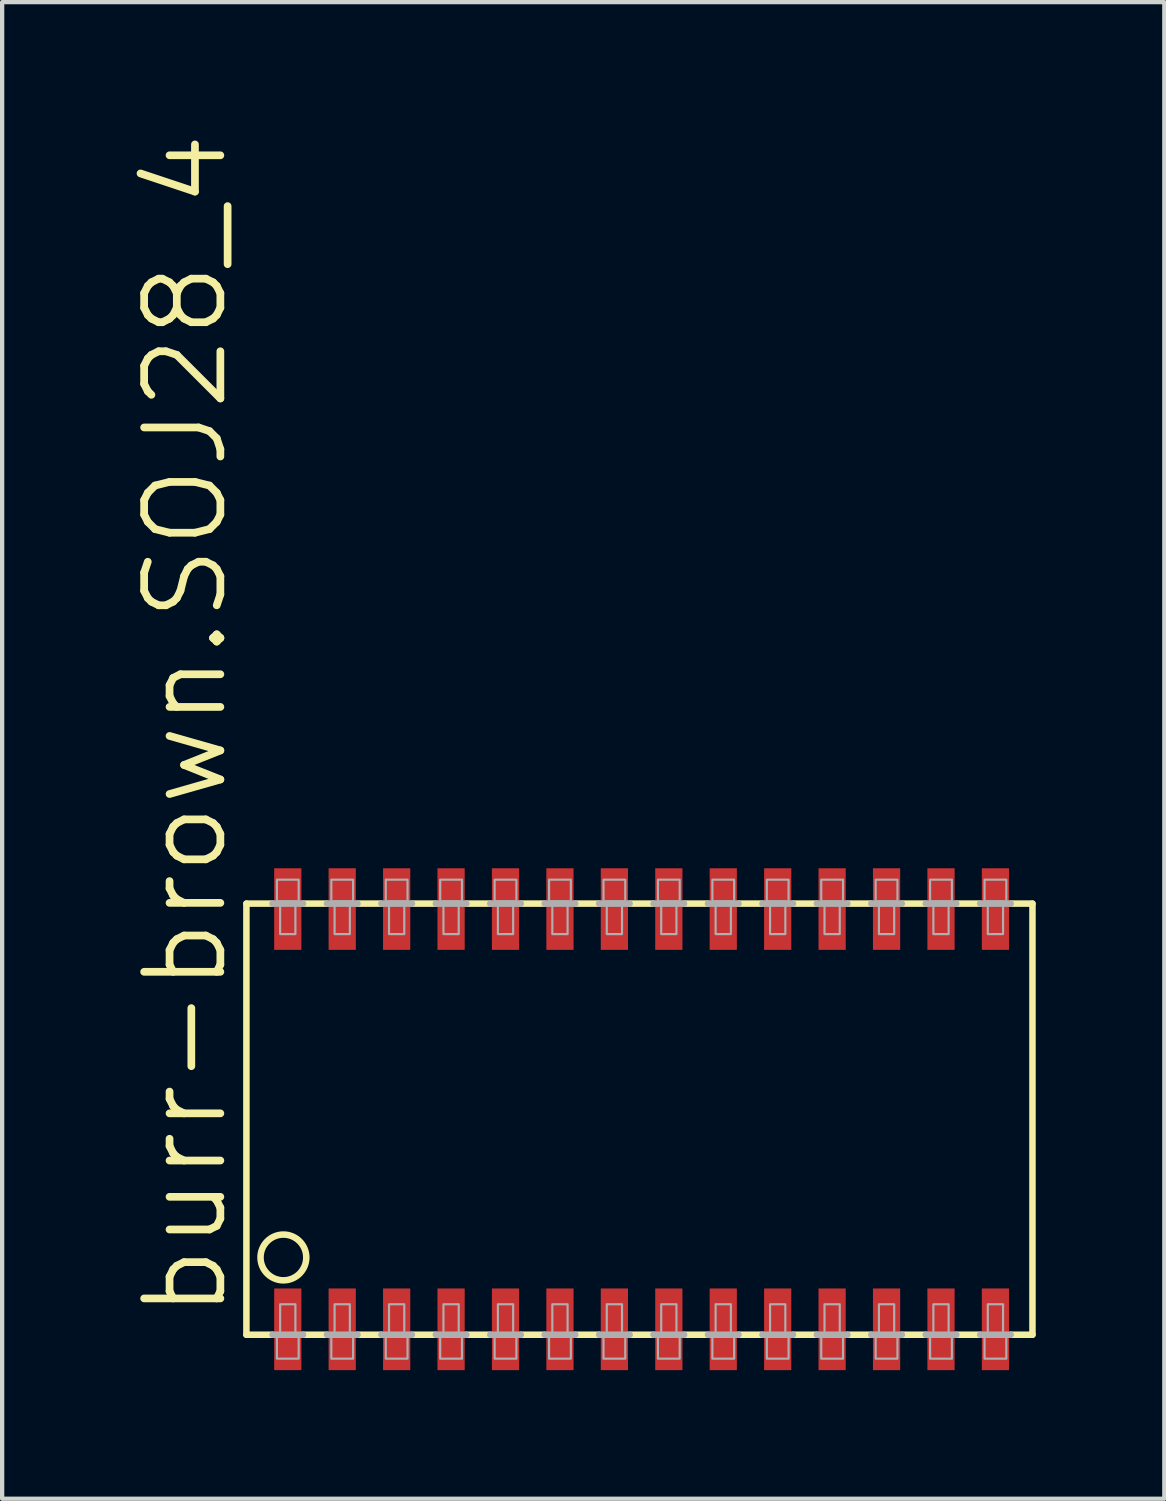
<source format=kicad_pcb>
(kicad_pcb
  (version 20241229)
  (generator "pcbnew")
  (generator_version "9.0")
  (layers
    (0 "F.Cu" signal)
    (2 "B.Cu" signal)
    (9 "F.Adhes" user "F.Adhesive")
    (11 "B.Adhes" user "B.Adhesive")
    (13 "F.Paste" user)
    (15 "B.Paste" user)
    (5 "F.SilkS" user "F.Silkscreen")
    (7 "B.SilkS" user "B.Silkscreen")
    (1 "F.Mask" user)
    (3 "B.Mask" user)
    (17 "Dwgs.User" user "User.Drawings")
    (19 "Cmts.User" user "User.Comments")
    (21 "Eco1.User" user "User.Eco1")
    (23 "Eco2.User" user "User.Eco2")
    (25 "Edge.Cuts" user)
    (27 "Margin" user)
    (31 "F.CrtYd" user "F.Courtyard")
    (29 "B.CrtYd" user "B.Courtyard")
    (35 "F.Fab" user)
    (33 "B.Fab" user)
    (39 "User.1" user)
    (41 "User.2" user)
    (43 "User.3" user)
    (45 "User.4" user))
  (footprint "burr-brown.SOJ28_4"
    (layer "F.Cu")
    (at 11.919 23.061)
    (property "Reference" "burr-brown.SOJ28_4" (at -9.601 4.724 90) (layer "F.SilkS") (effects (font (size 1.778 1.778) (thickness 0.18)) (justify left bottom)))
    (attr smd)
    (fp_line (start -9.22 -5.029) (end -9.22 5.029) (stroke (width 0.152) (type default)) (layer "F.SilkS"))
    (fp_line (start -9.22 -5.029) (end -8.611 -5.029) (stroke (width 0.152) (type default)) (layer "F.SilkS"))
    (fp_line (start -9.22 5.029) (end -8.611 5.029) (stroke (width 0.152) (type default)) (layer "F.SilkS"))
    (fp_line (start -7.899 -5.029) (end -7.341 -5.029) (stroke (width 0.152) (type default)) (layer "F.SilkS"))
    (fp_line (start -7.341 5.029) (end -7.899 5.029) (stroke (width 0.152) (type default)) (layer "F.SilkS"))
    (fp_line (start -6.629 -5.029) (end -6.071 -5.029) (stroke (width 0.152) (type default)) (layer "F.SilkS"))
    (fp_line (start -6.071 5.029) (end -6.629 5.029) (stroke (width 0.152) (type default)) (layer "F.SilkS"))
    (fp_line (start -5.359 -5.029) (end -4.801 -5.029) (stroke (width 0.152) (type default)) (layer "F.SilkS"))
    (fp_line (start -4.801 5.029) (end -5.359 5.029) (stroke (width 0.152) (type default)) (layer "F.SilkS"))
    (fp_line (start -4.089 -5.029) (end -3.531 -5.029) (stroke (width 0.152) (type default)) (layer "F.SilkS"))
    (fp_line (start -3.531 5.029) (end -4.089 5.029) (stroke (width 0.152) (type default)) (layer "F.SilkS"))
    (fp_line (start -2.819 -5.029) (end -2.261 -5.029) (stroke (width 0.152) (type default)) (layer "F.SilkS"))
    (fp_line (start -2.261 5.029) (end -2.819 5.029) (stroke (width 0.152) (type default)) (layer "F.SilkS"))
    (fp_line (start -1.549 -5.029) (end -0.991 -5.029) (stroke (width 0.152) (type default)) (layer "F.SilkS"))
    (fp_line (start -0.991 5.029) (end -1.549 5.029) (stroke (width 0.152) (type default)) (layer "F.SilkS"))
    (fp_line (start -0.279 -5.029) (end 0.279 -5.029) (stroke (width 0.152) (type default)) (layer "F.SilkS"))
    (fp_line (start 0.279 5.029) (end -0.279 5.029) (stroke (width 0.152) (type default)) (layer "F.SilkS"))
    (fp_line (start 0.991 -5.029) (end 1.549 -5.029) (stroke (width 0.152) (type default)) (layer "F.SilkS"))
    (fp_line (start 1.549 5.029) (end 0.991 5.029) (stroke (width 0.152) (type default)) (layer "F.SilkS"))
    (fp_line (start 2.261 -5.029) (end 2.819 -5.029) (stroke (width 0.152) (type default)) (layer "F.SilkS"))
    (fp_line (start 2.819 5.029) (end 2.261 5.029) (stroke (width 0.152) (type default)) (layer "F.SilkS"))
    (fp_line (start 3.531 -5.029) (end 4.089 -5.029) (stroke (width 0.152) (type default)) (layer "F.SilkS"))
    (fp_line (start 4.089 5.029) (end 3.531 5.029) (stroke (width 0.152) (type default)) (layer "F.SilkS"))
    (fp_line (start 4.801 -5.029) (end 5.359 -5.029) (stroke (width 0.152) (type default)) (layer "F.SilkS"))
    (fp_line (start 5.359 5.029) (end 4.801 5.029) (stroke (width 0.152) (type default)) (layer "F.SilkS"))
    (fp_line (start 6.071 -5.029) (end 6.629 -5.029) (stroke (width 0.152) (type default)) (layer "F.SilkS"))
    (fp_line (start 6.629 5.029) (end 6.071 5.029) (stroke (width 0.152) (type default)) (layer "F.SilkS"))
    (fp_line (start 7.341 -5.029) (end 7.899 -5.029) (stroke (width 0.152) (type default)) (layer "F.SilkS"))
    (fp_line (start 7.899 5.029) (end 7.341 5.029) (stroke (width 0.152) (type default)) (layer "F.SilkS"))
    (fp_line (start 9.119 -5.029) (end 8.611 -5.029) (stroke (width 0.152) (type default)) (layer "F.SilkS"))
    (fp_line (start 9.119 5.029) (end 8.611 5.029) (stroke (width 0.152) (type default)) (layer "F.SilkS"))
    (fp_line (start 9.119 5.029) (end 9.119 -5.029) (stroke (width 0.152) (type default)) (layer "F.SilkS"))
    (fp_circle (center -8.357 3.226) (end -7.823 3.226) (stroke (width 0.152) (type default)) (fill no) (layer "F.SilkS"))
    (fp_line (start -8.611 -5.029) (end -7.899 -5.029) (stroke (width 0.152) (type default)) (layer "F.Fab"))
    (fp_line (start -8.611 5.029) (end -7.899 5.029) (stroke (width 0.152) (type default)) (layer "F.Fab"))
    (fp_line (start -7.341 -5.029) (end -6.629 -5.029) (stroke (width 0.152) (type default)) (layer "F.Fab"))
    (fp_line (start -6.629 5.029) (end -7.341 5.029) (stroke (width 0.152) (type default)) (layer "F.Fab"))
    (fp_line (start -6.071 -5.029) (end -5.359 -5.029) (stroke (width 0.152) (type default)) (layer "F.Fab"))
    (fp_line (start -5.359 5.029) (end -6.071 5.029) (stroke (width 0.152) (type default)) (layer "F.Fab"))
    (fp_line (start -4.801 -5.029) (end -4.089 -5.029) (stroke (width 0.152) (type default)) (layer "F.Fab"))
    (fp_line (start -4.089 5.029) (end -4.801 5.029) (stroke (width 0.152) (type default)) (layer "F.Fab"))
    (fp_line (start -3.531 -5.029) (end -2.819 -5.029) (stroke (width 0.152) (type default)) (layer "F.Fab"))
    (fp_line (start -2.819 5.029) (end -3.531 5.029) (stroke (width 0.152) (type default)) (layer "F.Fab"))
    (fp_line (start -2.261 -5.029) (end -1.549 -5.029) (stroke (width 0.152) (type default)) (layer "F.Fab"))
    (fp_line (start -1.549 5.029) (end -2.261 5.029) (stroke (width 0.152) (type default)) (layer "F.Fab"))
    (fp_line (start -0.991 -5.029) (end -0.279 -5.029) (stroke (width 0.152) (type default)) (layer "F.Fab"))
    (fp_line (start -0.279 5.029) (end -0.991 5.029) (stroke (width 0.152) (type default)) (layer "F.Fab"))
    (fp_line (start 0.279 -5.029) (end 0.991 -5.029) (stroke (width 0.152) (type default)) (layer "F.Fab"))
    (fp_line (start 0.991 5.029) (end 0.279 5.029) (stroke (width 0.152) (type default)) (layer "F.Fab"))
    (fp_line (start 1.549 -5.029) (end 2.261 -5.029) (stroke (width 0.152) (type default)) (layer "F.Fab"))
    (fp_line (start 2.261 5.029) (end 1.549 5.029) (stroke (width 0.152) (type default)) (layer "F.Fab"))
    (fp_line (start 2.819 -5.029) (end 3.531 -5.029) (stroke (width 0.152) (type default)) (layer "F.Fab"))
    (fp_line (start 3.531 5.029) (end 2.819 5.029) (stroke (width 0.152) (type default)) (layer "F.Fab"))
    (fp_line (start 4.089 -5.029) (end 4.801 -5.029) (stroke (width 0.152) (type default)) (layer "F.Fab"))
    (fp_line (start 4.801 5.029) (end 4.089 5.029) (stroke (width 0.152) (type default)) (layer "F.Fab"))
    (fp_line (start 5.359 -5.029) (end 6.071 -5.029) (stroke (width 0.152) (type default)) (layer "F.Fab"))
    (fp_line (start 6.071 5.029) (end 5.359 5.029) (stroke (width 0.152) (type default)) (layer "F.Fab"))
    (fp_line (start 6.629 -5.029) (end 7.341 -5.029) (stroke (width 0.152) (type default)) (layer "F.Fab"))
    (fp_line (start 7.341 5.029) (end 6.629 5.029) (stroke (width 0.152) (type default)) (layer "F.Fab"))
    (fp_line (start 8.611 -5.029) (end 7.899 -5.029) (stroke (width 0.152) (type default)) (layer "F.Fab"))
    (fp_line (start 8.611 5.029) (end 7.899 5.029) (stroke (width 0.152) (type default)) (layer "F.Fab"))
    (fp_rect (start -8.509 -5.08) (end -8.001 -5.588) (stroke (width 0.05) (type default)) (fill no) (layer "F.Fab"))
    (fp_rect (start -8.509 5.588) (end -8.001 5.08) (stroke (width 0.05) (type default)) (fill no) (layer "F.Fab"))
    (fp_rect (start -8.433 -4.318) (end -8.077 -5.08) (stroke (width 0.05) (type default)) (fill no) (layer "F.Fab"))
    (fp_rect (start -8.433 5.08) (end -8.077 4.318) (stroke (width 0.05) (type default)) (fill no) (layer "F.Fab"))
    (fp_rect (start -7.239 -5.08) (end -6.731 -5.588) (stroke (width 0.05) (type default)) (fill no) (layer "F.Fab"))
    (fp_rect (start -7.239 5.588) (end -6.731 5.08) (stroke (width 0.05) (type default)) (fill no) (layer "F.Fab"))
    (fp_rect (start -7.163 -4.318) (end -6.807 -5.08) (stroke (width 0.05) (type default)) (fill no) (layer "F.Fab"))
    (fp_rect (start -7.163 5.08) (end -6.807 4.318) (stroke (width 0.05) (type default)) (fill no) (layer "F.Fab"))
    (fp_rect (start -5.969 -5.08) (end -5.461 -5.588) (stroke (width 0.05) (type default)) (fill no) (layer "F.Fab"))
    (fp_rect (start -5.969 5.588) (end -5.461 5.08) (stroke (width 0.05) (type default)) (fill no) (layer "F.Fab"))
    (fp_rect (start -5.893 -4.318) (end -5.537 -5.08) (stroke (width 0.05) (type default)) (fill no) (layer "F.Fab"))
    (fp_rect (start -5.893 5.08) (end -5.537 4.318) (stroke (width 0.05) (type default)) (fill no) (layer "F.Fab"))
    (fp_rect (start -4.699 -5.08) (end -4.191 -5.588) (stroke (width 0.05) (type default)) (fill no) (layer "F.Fab"))
    (fp_rect (start -4.699 5.588) (end -4.191 5.08) (stroke (width 0.05) (type default)) (fill no) (layer "F.Fab"))
    (fp_rect (start -4.623 -4.318) (end -4.267 -5.08) (stroke (width 0.05) (type default)) (fill no) (layer "F.Fab"))
    (fp_rect (start -4.623 5.08) (end -4.267 4.318) (stroke (width 0.05) (type default)) (fill no) (layer "F.Fab"))
    (fp_rect (start -3.429 -5.08) (end -2.921 -5.588) (stroke (width 0.05) (type default)) (fill no) (layer "F.Fab"))
    (fp_rect (start -3.429 5.588) (end -2.921 5.08) (stroke (width 0.05) (type default)) (fill no) (layer "F.Fab"))
    (fp_rect (start -3.353 -4.318) (end -2.997 -5.08) (stroke (width 0.05) (type default)) (fill no) (layer "F.Fab"))
    (fp_rect (start -3.353 5.08) (end -2.997 4.318) (stroke (width 0.05) (type default)) (fill no) (layer "F.Fab"))
    (fp_rect (start -2.159 -5.08) (end -1.651 -5.588) (stroke (width 0.05) (type default)) (fill no) (layer "F.Fab"))
    (fp_rect (start -2.159 5.588) (end -1.651 5.08) (stroke (width 0.05) (type default)) (fill no) (layer "F.Fab"))
    (fp_rect (start -2.083 -4.318) (end -1.727 -5.08) (stroke (width 0.05) (type default)) (fill no) (layer "F.Fab"))
    (fp_rect (start -2.083 5.08) (end -1.727 4.318) (stroke (width 0.05) (type default)) (fill no) (layer "F.Fab"))
    (fp_rect (start -0.889 -5.08) (end -0.381 -5.588) (stroke (width 0.05) (type default)) (fill no) (layer "F.Fab"))
    (fp_rect (start -0.889 5.588) (end -0.381 5.08) (stroke (width 0.05) (type default)) (fill no) (layer "F.Fab"))
    (fp_rect (start -0.813 -4.318) (end -0.457 -5.08) (stroke (width 0.05) (type default)) (fill no) (layer "F.Fab"))
    (fp_rect (start -0.813 5.08) (end -0.457 4.318) (stroke (width 0.05) (type default)) (fill no) (layer "F.Fab"))
    (fp_rect (start 0.381 -5.08) (end 0.889 -5.588) (stroke (width 0.05) (type default)) (fill no) (layer "F.Fab"))
    (fp_rect (start 0.381 5.588) (end 0.889 5.08) (stroke (width 0.05) (type default)) (fill no) (layer "F.Fab"))
    (fp_rect (start 0.457 -4.318) (end 0.813 -5.08) (stroke (width 0.05) (type default)) (fill no) (layer "F.Fab"))
    (fp_rect (start 0.457 5.08) (end 0.813 4.318) (stroke (width 0.05) (type default)) (fill no) (layer "F.Fab"))
    (fp_rect (start 1.651 -5.08) (end 2.159 -5.588) (stroke (width 0.05) (type default)) (fill no) (layer "F.Fab"))
    (fp_rect (start 1.651 5.588) (end 2.159 5.08) (stroke (width 0.05) (type default)) (fill no) (layer "F.Fab"))
    (fp_rect (start 1.727 -4.318) (end 2.083 -5.08) (stroke (width 0.05) (type default)) (fill no) (layer "F.Fab"))
    (fp_rect (start 1.727 5.08) (end 2.083 4.318) (stroke (width 0.05) (type default)) (fill no) (layer "F.Fab"))
    (fp_rect (start 2.921 -5.08) (end 3.429 -5.588) (stroke (width 0.05) (type default)) (fill no) (layer "F.Fab"))
    (fp_rect (start 2.921 5.588) (end 3.429 5.08) (stroke (width 0.05) (type default)) (fill no) (layer "F.Fab"))
    (fp_rect (start 2.997 -4.318) (end 3.353 -5.08) (stroke (width 0.05) (type default)) (fill no) (layer "F.Fab"))
    (fp_rect (start 2.997 5.08) (end 3.353 4.318) (stroke (width 0.05) (type default)) (fill no) (layer "F.Fab"))
    (fp_rect (start 4.191 -5.08) (end 4.699 -5.588) (stroke (width 0.05) (type default)) (fill no) (layer "F.Fab"))
    (fp_rect (start 4.191 5.588) (end 4.699 5.08) (stroke (width 0.05) (type default)) (fill no) (layer "F.Fab"))
    (fp_rect (start 4.267 -4.318) (end 4.623 -5.08) (stroke (width 0.05) (type default)) (fill no) (layer "F.Fab"))
    (fp_rect (start 4.267 5.08) (end 4.623 4.318) (stroke (width 0.05) (type default)) (fill no) (layer "F.Fab"))
    (fp_rect (start 5.461 -5.08) (end 5.969 -5.588) (stroke (width 0.05) (type default)) (fill no) (layer "F.Fab"))
    (fp_rect (start 5.461 5.588) (end 5.969 5.08) (stroke (width 0.05) (type default)) (fill no) (layer "F.Fab"))
    (fp_rect (start 5.537 -4.318) (end 5.893 -5.08) (stroke (width 0.05) (type default)) (fill no) (layer "F.Fab"))
    (fp_rect (start 5.537 5.08) (end 5.893 4.318) (stroke (width 0.05) (type default)) (fill no) (layer "F.Fab"))
    (fp_rect (start 6.731 -5.08) (end 7.239 -5.588) (stroke (width 0.05) (type default)) (fill no) (layer "F.Fab"))
    (fp_rect (start 6.731 5.588) (end 7.239 5.08) (stroke (width 0.05) (type default)) (fill no) (layer "F.Fab"))
    (fp_rect (start 6.807 -4.318) (end 7.163 -5.08) (stroke (width 0.05) (type default)) (fill no) (layer "F.Fab"))
    (fp_rect (start 6.807 5.08) (end 7.163 4.318) (stroke (width 0.05) (type default)) (fill no) (layer "F.Fab"))
    (fp_rect (start 8.001 -5.08) (end 8.509 -5.588) (stroke (width 0.05) (type default)) (fill no) (layer "F.Fab"))
    (fp_rect (start 8.001 5.588) (end 8.509 5.08) (stroke (width 0.05) (type default)) (fill no) (layer "F.Fab"))
    (fp_rect (start 8.077 -4.318) (end 8.433 -5.08) (stroke (width 0.05) (type default)) (fill no) (layer "F.Fab"))
    (fp_rect (start 8.077 5.08) (end 8.433 4.318) (stroke (width 0.05) (type default)) (fill no) (layer "F.Fab"))
    (pad "1" smd roundrect (at -8.255 4.902) (size 0.635 1.905) (layers "F.Cu" "F.Mask" "F.Paste") (roundrect_rratio 0.01))
    (pad "2" smd roundrect (at -6.985 4.902) (size 0.635 1.905) (layers "F.Cu" "F.Mask" "F.Paste") (roundrect_rratio 0.01))
    (pad "3" smd roundrect (at -5.715 4.902) (size 0.635 1.905) (layers "F.Cu" "F.Mask" "F.Paste") (roundrect_rratio 0.01))
    (pad "4" smd roundrect (at -4.445 4.902) (size 0.635 1.905) (layers "F.Cu" "F.Mask" "F.Paste") (roundrect_rratio 0.01))
    (pad "5" smd roundrect (at -3.175 4.902) (size 0.635 1.905) (layers "F.Cu" "F.Mask" "F.Paste") (roundrect_rratio 0.01))
    (pad "6" smd roundrect (at -1.905 4.902) (size 0.635 1.905) (layers "F.Cu" "F.Mask" "F.Paste") (roundrect_rratio 0.01))
    (pad "7" smd roundrect (at -0.635 4.902) (size 0.635 1.905) (layers "F.Cu" "F.Mask" "F.Paste") (roundrect_rratio 0.01))
    (pad "8" smd roundrect (at 0.635 4.902) (size 0.635 1.905) (layers "F.Cu" "F.Mask" "F.Paste") (roundrect_rratio 0.01))
    (pad "9" smd roundrect (at 1.905 4.902) (size 0.635 1.905) (layers "F.Cu" "F.Mask" "F.Paste") (roundrect_rratio 0.01))
    (pad "10" smd roundrect (at 3.175 4.902) (size 0.635 1.905) (layers "F.Cu" "F.Mask" "F.Paste") (roundrect_rratio 0.01))
    (pad "11" smd roundrect (at 4.445 4.902) (size 0.635 1.905) (layers "F.Cu" "F.Mask" "F.Paste") (roundrect_rratio 0.01))
    (pad "12" smd roundrect (at 5.715 4.902) (size 0.635 1.905) (layers "F.Cu" "F.Mask" "F.Paste") (roundrect_rratio 0.01))
    (pad "13" smd roundrect (at 6.985 4.902) (size 0.635 1.905) (layers "F.Cu" "F.Mask" "F.Paste") (roundrect_rratio 0.01))
    (pad "14" smd roundrect (at 8.255 4.902) (size 0.635 1.905) (layers "F.Cu" "F.Mask" "F.Paste") (roundrect_rratio 0.01))
    (pad "15" smd roundrect (at 8.255 -4.902) (size 0.635 1.905) (layers "F.Cu" "F.Mask" "F.Paste") (roundrect_rratio 0.01))
    (pad "16" smd roundrect (at 6.985 -4.902) (size 0.635 1.905) (layers "F.Cu" "F.Mask" "F.Paste") (roundrect_rratio 0.01))
    (pad "17" smd roundrect (at 5.715 -4.902) (size 0.635 1.905) (layers "F.Cu" "F.Mask" "F.Paste") (roundrect_rratio 0.01))
    (pad "18" smd roundrect (at 4.445 -4.902) (size 0.635 1.905) (layers "F.Cu" "F.Mask" "F.Paste") (roundrect_rratio 0.01))
    (pad "19" smd roundrect (at 3.175 -4.902) (size 0.635 1.905) (layers "F.Cu" "F.Mask" "F.Paste") (roundrect_rratio 0.01))
    (pad "20" smd roundrect (at 1.905 -4.902) (size 0.635 1.905) (layers "F.Cu" "F.Mask" "F.Paste") (roundrect_rratio 0.01))
    (pad "21" smd roundrect (at 0.635 -4.902) (size 0.635 1.905) (layers "F.Cu" "F.Mask" "F.Paste") (roundrect_rratio 0.01))
    (pad "22" smd roundrect (at -0.635 -4.902) (size 0.635 1.905) (layers "F.Cu" "F.Mask" "F.Paste") (roundrect_rratio 0.01))
    (pad "23" smd roundrect (at -1.905 -4.902) (size 0.635 1.905) (layers "F.Cu" "F.Mask" "F.Paste") (roundrect_rratio 0.01))
    (pad "24" smd roundrect (at -3.175 -4.902) (size 0.635 1.905) (layers "F.Cu" "F.Mask" "F.Paste") (roundrect_rratio 0.01))
    (pad "25" smd roundrect (at -4.445 -4.902) (size 0.635 1.905) (layers "F.Cu" "F.Mask" "F.Paste") (roundrect_rratio 0.01))
    (pad "26" smd roundrect (at -5.715 -4.902) (size 0.635 1.905) (layers "F.Cu" "F.Mask" "F.Paste") (roundrect_rratio 0.01))
    (pad "27" smd roundrect (at -6.985 -4.902) (size 0.635 1.905) (layers "F.Cu" "F.Mask" "F.Paste") (roundrect_rratio 0.01))
    (pad "28" smd roundrect (at -8.255 -4.902) (size 0.635 1.905) (layers "F.Cu" "F.Mask" "F.Paste") (roundrect_rratio 0.01)))
  (gr_rect
    (start -3 -3)
    (end 24.114 31.916)
    (stroke (width 0.1) (type default))
    (fill no)
    (layer "Edge.Cuts")))
</source>
